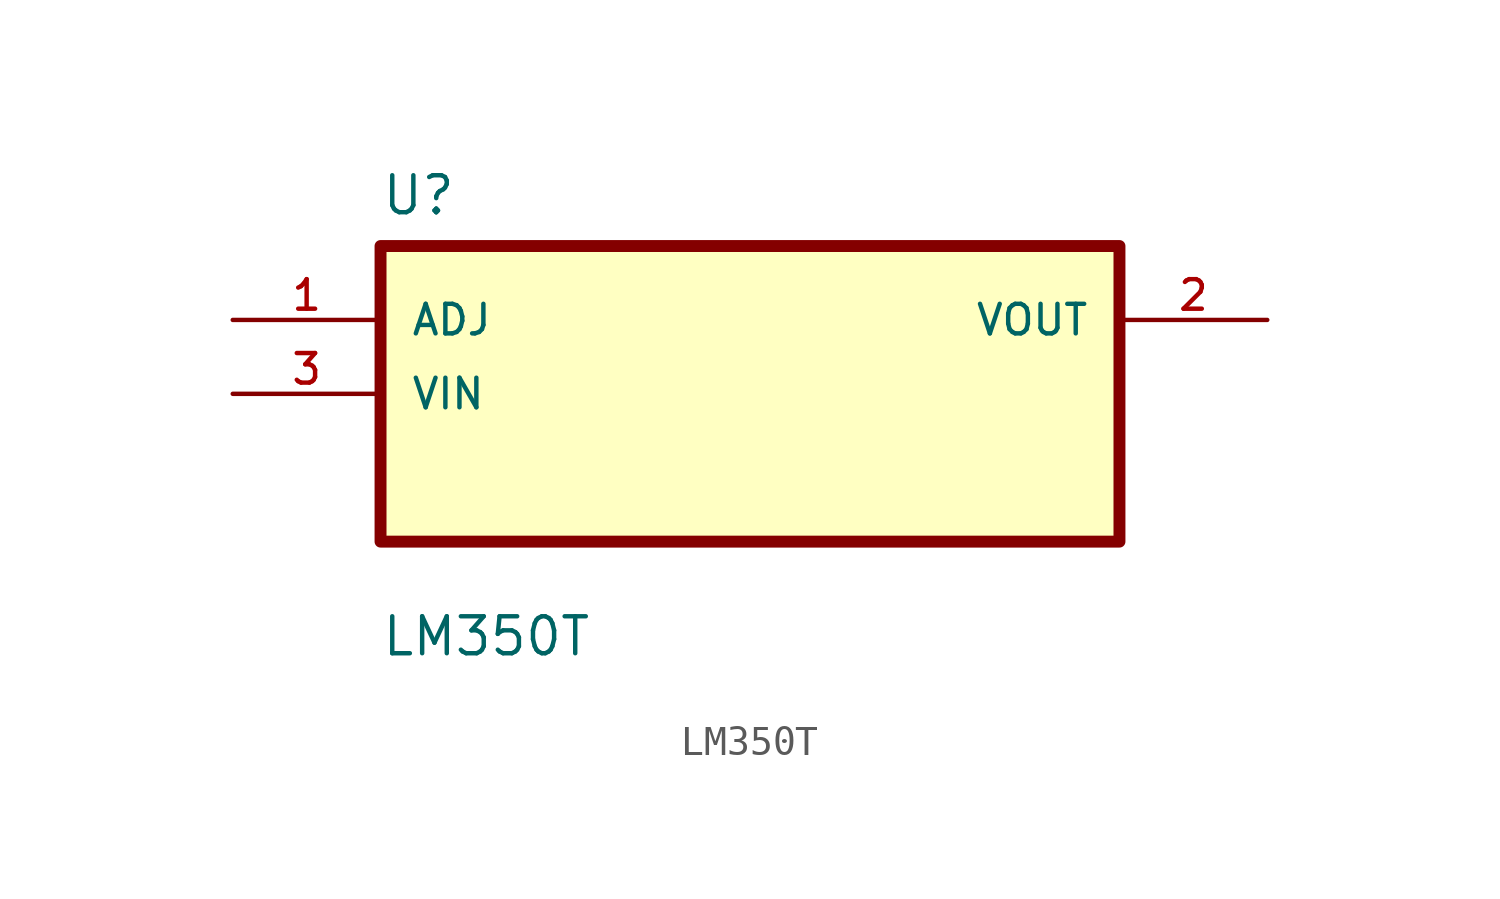
<source format=kicad_sym>
(kicad_symbol_lib
  (version 20211014)
  (generator kicad_symbol_editor)
  (symbol "LM350T"
    (pin_names
      (offset 1.016))
    (property "Reference" "U"
      (at -12.7 6.08 0.0)
      (effects (font (size 1.27 1.27)) (justify bottom left)))
    (property "Value" "LM350T"
      (at -12.7 -9.08 0.0)
      (effects (font (size 1.27 1.27)) (justify bottom left)))
    (symbol "LM350T_0_0"
      (rectangle (start -12.7 -5.08) (end 12.7 5.08) (stroke (width 0.41)) (fill (type background)))
      (pin input line (at -17.78 2.54 0) (length 5.08) (name "ADJ" (effects (font (size 1.016 1.016)))) (number "1" (effects (font (size 1.016 1.016)))))
      (pin input line (at -17.78 0.0 0) (length 5.08) (name "VIN" (effects (font (size 1.016 1.016)))) (number "3" (effects (font (size 1.016 1.016)))))
      (pin output line (at 17.78 2.54 180.0) (length 5.08) (name "VOUT" (effects (font (size 1.016 1.016)))) (number "2" (effects (font (size 1.016 1.016))))))))
</source>
